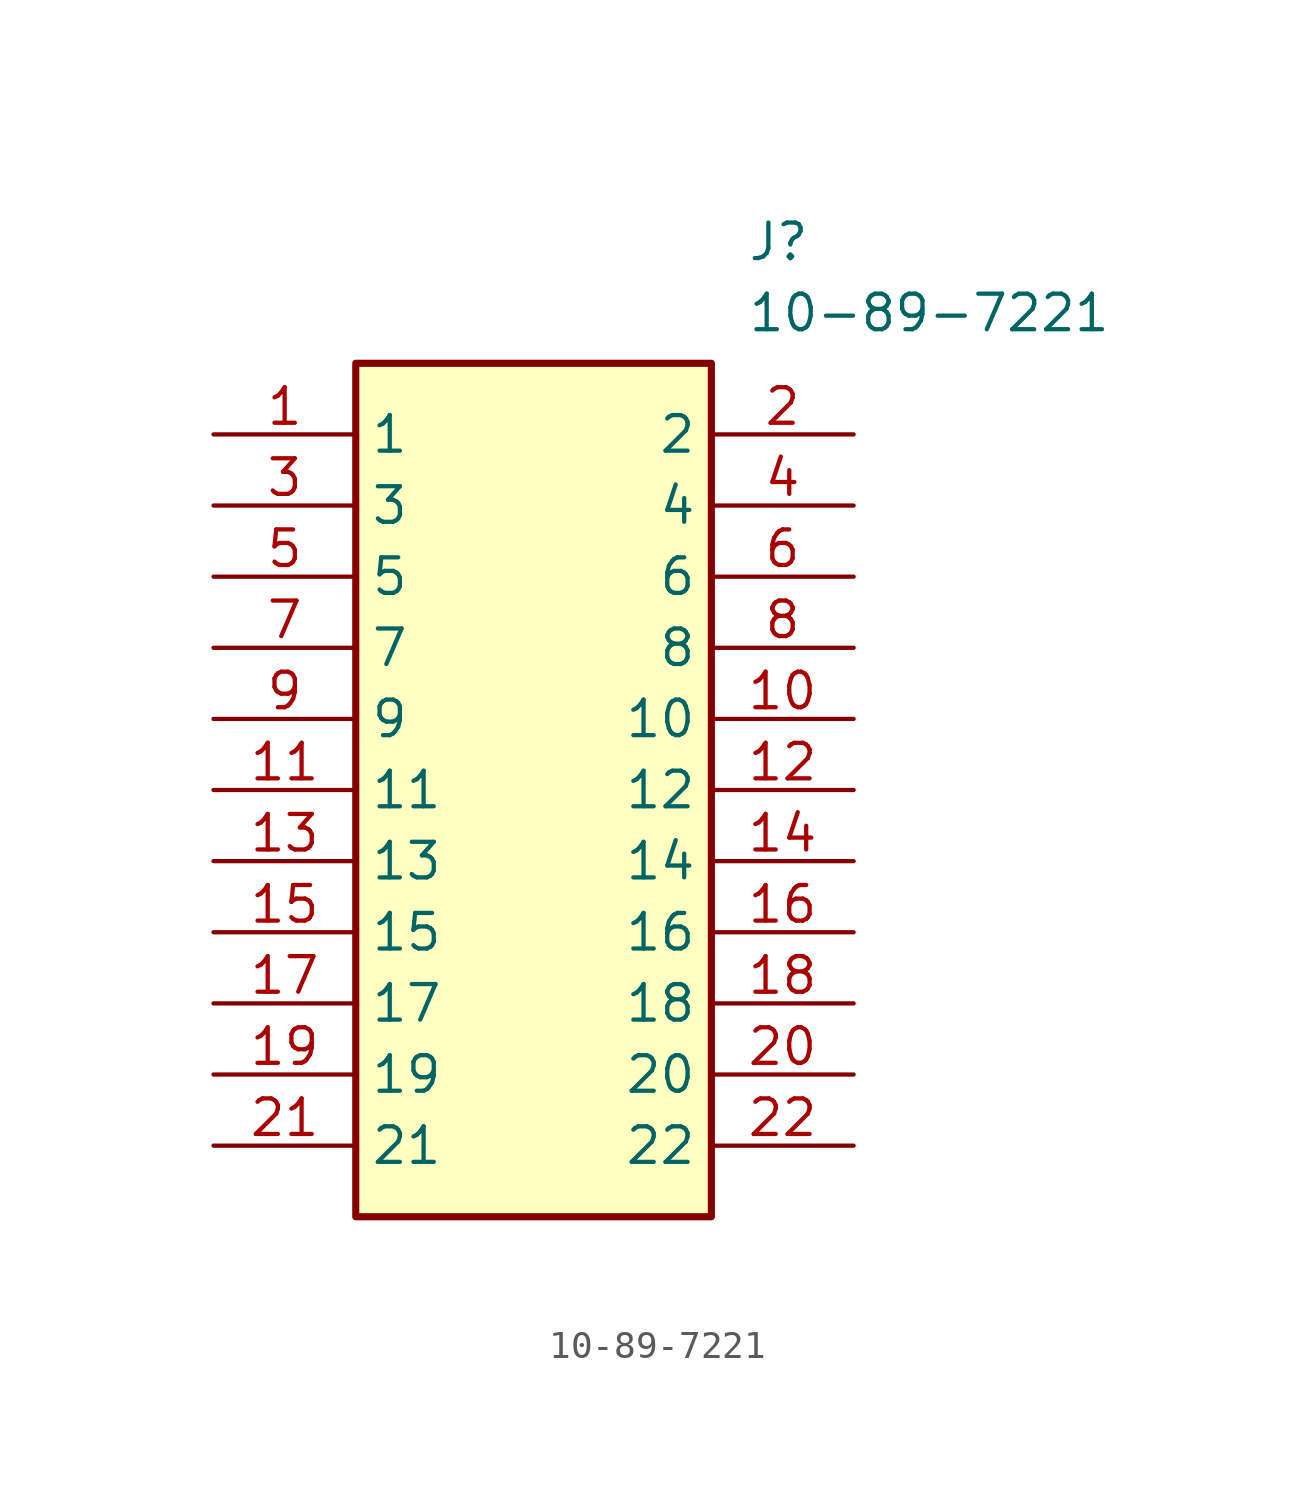
<source format=kicad_sym>
(kicad_symbol_lib
  (version 20211014)
  (generator SamacSys_ECAD_Model)
  (symbol "10-89-7221"
    (property "Reference" "J"
      (at 19.05 7.62 0)
      (effects (font (size 1.27 1.27)) (justify left top)))
    (property "Value" "10-89-7221"
      (at 19.05 5.08 0)
      (effects (font (size 1.27 1.27)) (justify left top)))
    (rectangle
      (start 5.08 2.54)
      (end 17.78 -27.94)
      (stroke (width 0.254) (type default))
      (fill (type background)))
    (pin passive line
      (at 0 0 0)
      (length 5.08)
      (name "1" (effects (font (size 1.27 1.27))))
      (number "1" (effects (font (size 1.27 1.27)))))
    (pin passive line
      (at 0 -2.54 0)
      (length 5.08)
      (name "3" (effects (font (size 1.27 1.27))))
      (number "3" (effects (font (size 1.27 1.27)))))
    (pin passive line
      (at 0 -5.08 0)
      (length 5.08)
      (name "5" (effects (font (size 1.27 1.27))))
      (number "5" (effects (font (size 1.27 1.27)))))
    (pin passive line
      (at 0 -7.62 0)
      (length 5.08)
      (name "7" (effects (font (size 1.27 1.27))))
      (number "7" (effects (font (size 1.27 1.27)))))
    (pin passive line
      (at 0 -10.16 0)
      (length 5.08)
      (name "9" (effects (font (size 1.27 1.27))))
      (number "9" (effects (font (size 1.27 1.27)))))
    (pin passive line
      (at 0 -12.7 0)
      (length 5.08)
      (name "11" (effects (font (size 1.27 1.27))))
      (number "11" (effects (font (size 1.27 1.27)))))
    (pin passive line
      (at 0 -15.24 0)
      (length 5.08)
      (name "13" (effects (font (size 1.27 1.27))))
      (number "13" (effects (font (size 1.27 1.27)))))
    (pin passive line
      (at 0 -17.78 0)
      (length 5.08)
      (name "15" (effects (font (size 1.27 1.27))))
      (number "15" (effects (font (size 1.27 1.27)))))
    (pin passive line
      (at 0 -20.32 0)
      (length 5.08)
      (name "17" (effects (font (size 1.27 1.27))))
      (number "17" (effects (font (size 1.27 1.27)))))
    (pin passive line
      (at 0 -22.86 0)
      (length 5.08)
      (name "19" (effects (font (size 1.27 1.27))))
      (number "19" (effects (font (size 1.27 1.27)))))
    (pin passive line
      (at 0 -25.4 0)
      (length 5.08)
      (name "21" (effects (font (size 1.27 1.27))))
      (number "21" (effects (font (size 1.27 1.27)))))
    (pin passive line
      (at 22.86 0 180)
      (length 5.08)
      (name "2" (effects (font (size 1.27 1.27))))
      (number "2" (effects (font (size 1.27 1.27)))))
    (pin passive line
      (at 22.86 -2.54 180)
      (length 5.08)
      (name "4" (effects (font (size 1.27 1.27))))
      (number "4" (effects (font (size 1.27 1.27)))))
    (pin passive line
      (at 22.86 -5.08 180)
      (length 5.08)
      (name "6" (effects (font (size 1.27 1.27))))
      (number "6" (effects (font (size 1.27 1.27)))))
    (pin passive line
      (at 22.86 -7.62 180)
      (length 5.08)
      (name "8" (effects (font (size 1.27 1.27))))
      (number "8" (effects (font (size 1.27 1.27)))))
    (pin passive line
      (at 22.86 -10.16 180)
      (length 5.08)
      (name "10" (effects (font (size 1.27 1.27))))
      (number "10" (effects (font (size 1.27 1.27)))))
    (pin passive line
      (at 22.86 -12.7 180)
      (length 5.08)
      (name "12" (effects (font (size 1.27 1.27))))
      (number "12" (effects (font (size 1.27 1.27)))))
    (pin passive line
      (at 22.86 -15.24 180)
      (length 5.08)
      (name "14" (effects (font (size 1.27 1.27))))
      (number "14" (effects (font (size 1.27 1.27)))))
    (pin passive line
      (at 22.86 -17.78 180)
      (length 5.08)
      (name "16" (effects (font (size 1.27 1.27))))
      (number "16" (effects (font (size 1.27 1.27)))))
    (pin passive line
      (at 22.86 -20.32 180)
      (length 5.08)
      (name "18" (effects (font (size 1.27 1.27))))
      (number "18" (effects (font (size 1.27 1.27)))))
    (pin passive line
      (at 22.86 -22.86 180)
      (length 5.08)
      (name "20" (effects (font (size 1.27 1.27))))
      (number "20" (effects (font (size 1.27 1.27)))))
    (pin passive line
      (at 22.86 -25.4 180)
      (length 5.08)
      (name "22" (effects (font (size 1.27 1.27))))
      (number "22" (effects (font (size 1.27 1.27)))))))
</source>
